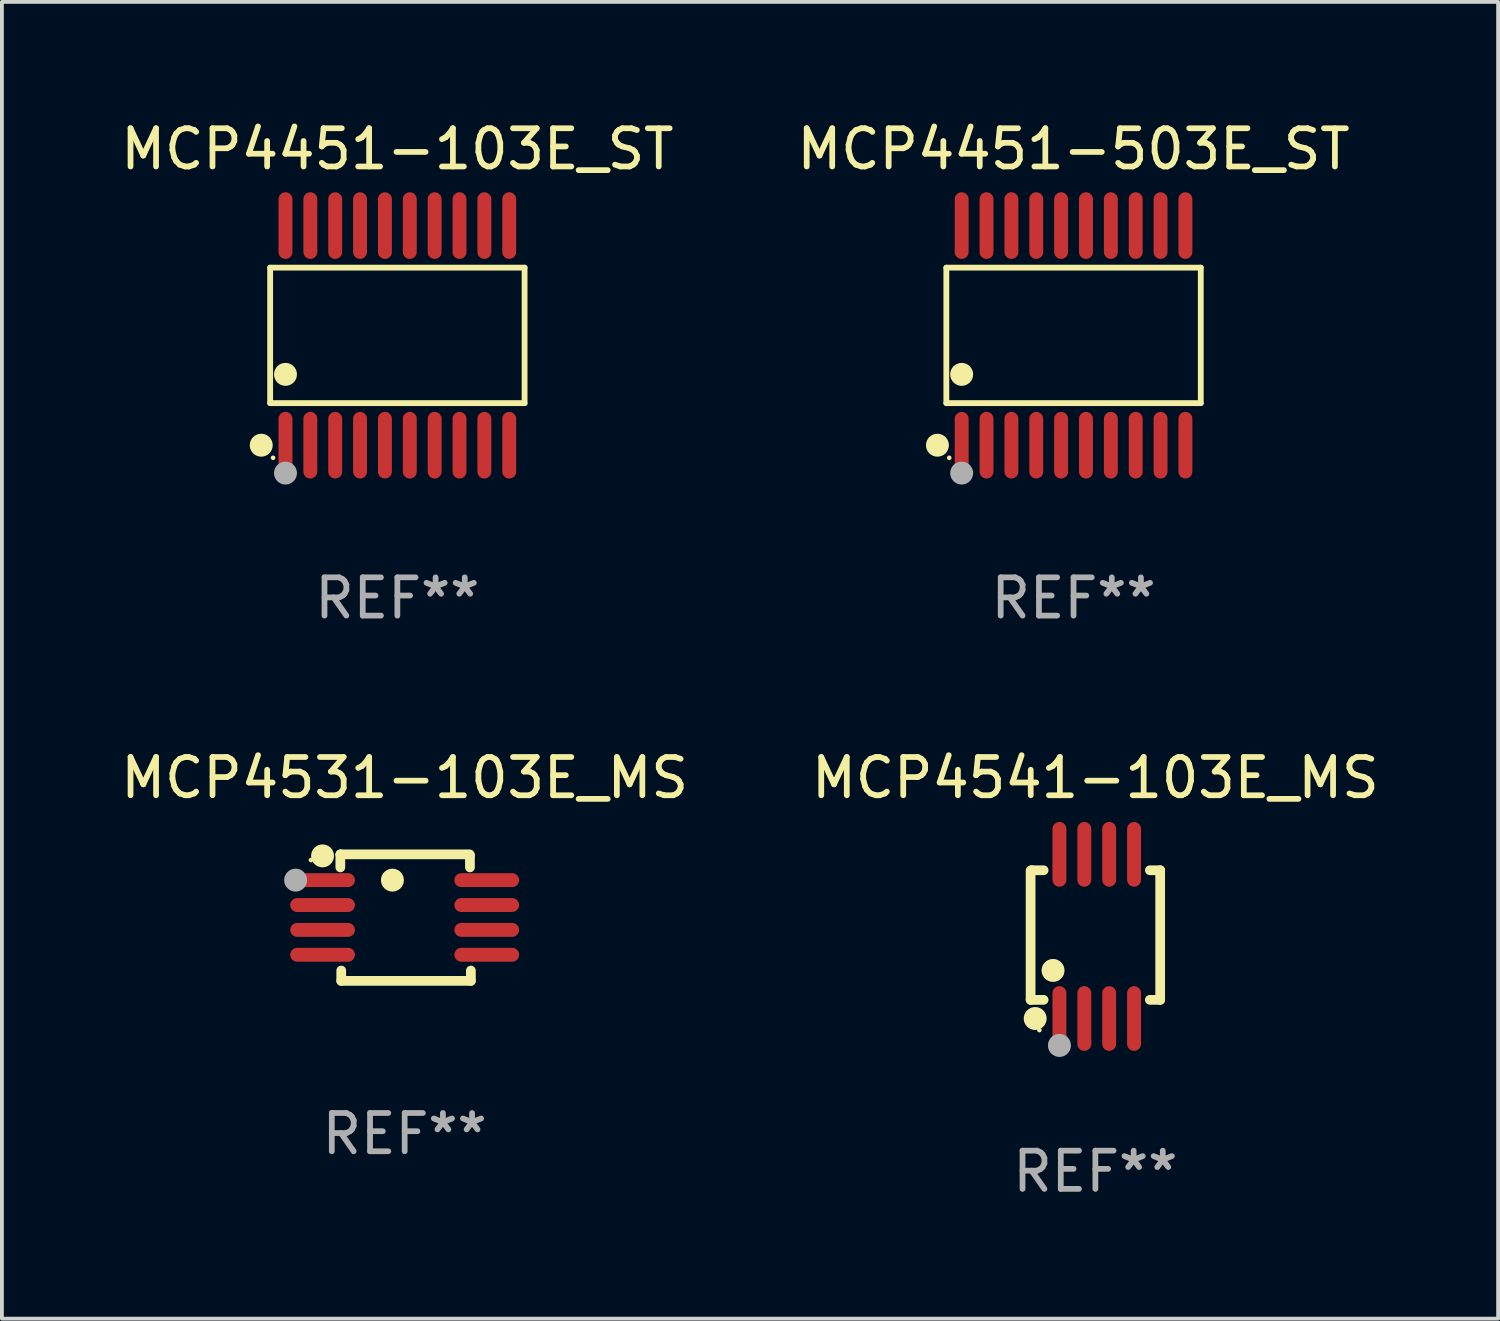
<source format=kicad_pcb>
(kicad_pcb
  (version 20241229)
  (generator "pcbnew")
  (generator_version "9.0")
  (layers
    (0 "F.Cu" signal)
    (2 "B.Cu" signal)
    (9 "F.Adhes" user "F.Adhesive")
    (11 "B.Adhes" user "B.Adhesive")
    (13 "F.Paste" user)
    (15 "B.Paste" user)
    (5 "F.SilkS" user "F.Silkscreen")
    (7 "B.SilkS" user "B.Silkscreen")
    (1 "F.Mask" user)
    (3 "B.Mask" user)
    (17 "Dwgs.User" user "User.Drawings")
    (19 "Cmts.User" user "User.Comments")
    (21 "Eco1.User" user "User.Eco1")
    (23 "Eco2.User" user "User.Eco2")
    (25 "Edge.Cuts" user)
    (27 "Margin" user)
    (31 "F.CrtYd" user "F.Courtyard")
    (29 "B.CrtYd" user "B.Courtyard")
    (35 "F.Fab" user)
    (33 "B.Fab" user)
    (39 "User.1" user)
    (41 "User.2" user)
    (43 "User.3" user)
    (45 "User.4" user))
  (footprint "MCP4451-503E_ST"
    (layer "F.Cu")
    (at 25.018 5.719)
    (property "Reference" "MCP4451-503E_ST" (at 0 -4.871 0) (layer "F.SilkS") (effects (font (size 1 1) (thickness 0.15))))
    (attr through_hole)
    (fp_line (start -3.326 -1.771) (end 3.326 -1.771) (stroke (width 0.152) (type solid)) (layer "F.SilkS"))
    (fp_line (start -3.326 1.771) (end -3.326 -1.771) (stroke (width 0.152) (type solid)) (layer "F.SilkS"))
    (fp_line (start 3.326 -1.771) (end 3.326 1.771) (stroke (width 0.152) (type solid)) (layer "F.SilkS"))
    (fp_line (start 3.326 1.771) (end -3.326 1.771) (stroke (width 0.152) (type solid)) (layer "F.SilkS"))
    (fp_circle (center -3.559 2.871) (end -3.409 2.871) (stroke (width 0.3) (type solid)) (fill no) (layer "F.SilkS"))
    (fp_circle (center -3.25 3.2) (end -3.22 3.2) (stroke (width 0.06) (type solid)) (fill no) (layer "F.SilkS"))
    (fp_circle (center -2.925 1.019) (end -2.775 1.019) (stroke (width 0.3) (type solid)) (fill no) (layer "F.SilkS"))
    (fp_circle (center -2.925 3.6) (end -2.775 3.6) (stroke (width 0.3) (type solid)) (fill no) (layer "F.Fab"))
    (fp_text user "REF**" (at 0 6.871 0) (layer "F.Fab") (effects (font (size 1 1) (thickness 0.15))))
    (pad "1" smd oval (at -2.925 2.871) (size 0.364 1.742) (layers "F.Cu" "F.Mask" "F.Paste"))
    (pad "2" smd oval (at -2.275 2.871) (size 0.364 1.742) (layers "F.Cu" "F.Mask" "F.Paste"))
    (pad "3" smd oval (at -1.625 2.871) (size 0.364 1.742) (layers "F.Cu" "F.Mask" "F.Paste"))
    (pad "4" smd oval (at -0.975 2.871) (size 0.364 1.742) (layers "F.Cu" "F.Mask" "F.Paste"))
    (pad "5" smd oval (at -0.325 2.871) (size 0.364 1.742) (layers "F.Cu" "F.Mask" "F.Paste"))
    (pad "6" smd oval (at 0.325 2.871) (size 0.364 1.742) (layers "F.Cu" "F.Mask" "F.Paste"))
    (pad "7" smd oval (at 0.975 2.871) (size 0.364 1.742) (layers "F.Cu" "F.Mask" "F.Paste"))
    (pad "8" smd oval (at 1.625 2.871) (size 0.364 1.742) (layers "F.Cu" "F.Mask" "F.Paste"))
    (pad "9" smd oval (at 2.275 2.871) (size 0.364 1.742) (layers "F.Cu" "F.Mask" "F.Paste"))
    (pad "10" smd oval (at 2.925 2.871) (size 0.364 1.742) (layers "F.Cu" "F.Mask" "F.Paste"))
    (pad "11" smd oval (at 2.925 -2.871) (size 0.364 1.742) (layers "F.Cu" "F.Mask" "F.Paste"))
    (pad "12" smd oval (at 2.275 -2.871) (size 0.364 1.742) (layers "F.Cu" "F.Mask" "F.Paste"))
    (pad "13" smd oval (at 1.625 -2.871) (size 0.364 1.742) (layers "F.Cu" "F.Mask" "F.Paste"))
    (pad "14" smd oval (at 0.975 -2.871) (size 0.364 1.742) (layers "F.Cu" "F.Mask" "F.Paste"))
    (pad "15" smd oval (at 0.325 -2.871) (size 0.364 1.742) (layers "F.Cu" "F.Mask" "F.Paste"))
    (pad "16" smd oval (at -0.325 -2.871) (size 0.364 1.742) (layers "F.Cu" "F.Mask" "F.Paste"))
    (pad "17" smd oval (at -0.975 -2.871) (size 0.364 1.742) (layers "F.Cu" "F.Mask" "F.Paste"))
    (pad "18" smd oval (at -1.625 -2.871) (size 0.364 1.742) (layers "F.Cu" "F.Mask" "F.Paste"))
    (pad "19" smd oval (at -2.275 -2.871) (size 0.364 1.742) (layers "F.Cu" "F.Mask" "F.Paste"))
    (pad "20" smd oval (at -2.925 -2.871) (size 0.364 1.742) (layers "F.Cu" "F.Mask" "F.Paste")))
  (footprint "MCP4531-103E_MS"
    (layer "F.Cu")
    (at 7.53 20.941)
    (property "Reference" "MCP4531-103E_MS" (at 0 -3.654 0) (layer "F.SilkS") (effects (font (size 1 1) (thickness 0.15))))
    (attr through_hole)
    (fp_line (start -1.682 -1.648) (end -1.682 -1.313) (stroke (width 0.254) (type solid)) (layer "F.SilkS"))
    (fp_line (start -1.676 -1.654) (end -1.682 -1.648) (stroke (width 0.254) (type solid)) (layer "F.SilkS"))
    (fp_line (start -1.658 1.384) (end -1.658 1.654) (stroke (width 0.254) (type solid)) (layer "F.SilkS"))
    (fp_line (start -1.658 1.654) (end 1.731 1.654) (stroke (width 0.254) (type solid)) (layer "F.SilkS"))
    (fp_line (start 1.7 -1.654) (end -1.676 -1.654) (stroke (width 0.254) (type solid)) (layer "F.SilkS"))
    (fp_line (start 1.707 -1.621) (end 1.687 -1.641) (stroke (width 0.254) (type solid)) (layer "F.SilkS"))
    (fp_line (start 1.707 -1.313) (end 1.707 -1.621) (stroke (width 0.254) (type solid)) (layer "F.SilkS"))
    (fp_line (start 1.731 1.654) (end 1.731 1.384) (stroke (width 0.254) (type solid)) (layer "F.SilkS"))
    (fp_circle (center -2.45 -1.504) (end -2.42 -1.504) (stroke (width 0.06) (type solid)) (fill no) (layer "F.SilkS"))
    (fp_circle (center -2.147 -1.614) (end -1.997 -1.614) (stroke (width 0.3) (type solid)) (fill no) (layer "F.SilkS"))
    (fp_circle (center -0.32 -0.98) (end -0.17 -0.98) (stroke (width 0.3) (type solid)) (fill no) (layer "F.SilkS"))
    (fp_circle (center -2.851 -0.98) (end -2.701 -0.98) (stroke (width 0.3) (type solid)) (fill no) (layer "F.Fab"))
    (fp_text user "REF**" (at 0 5.654 0) (layer "F.Fab") (effects (font (size 1 1) (thickness 0.15))))
    (pad "1" smd oval (at -2.146 -0.98) (size 1.692 0.364) (layers "F.Cu" "F.Mask" "F.Paste"))
    (pad "2" smd oval (at -2.146 -0.329) (size 1.692 0.364) (layers "F.Cu" "F.Mask" "F.Paste"))
    (pad "3" smd oval (at -2.146 0.321) (size 1.692 0.364) (layers "F.Cu" "F.Mask" "F.Paste"))
    (pad "4" smd oval (at -2.146 0.971) (size 1.692 0.364) (layers "F.Cu" "F.Mask" "F.Paste"))
    (pad "5" smd oval (at 2.146 0.971) (size 1.692 0.364) (layers "F.Cu" "F.Mask" "F.Paste"))
    (pad "6" smd oval (at 2.146 0.321) (size 1.692 0.364) (layers "F.Cu" "F.Mask" "F.Paste"))
    (pad "7" smd oval (at 2.146 -0.329) (size 1.692 0.364) (layers "F.Cu" "F.Mask" "F.Paste"))
    (pad "8" smd oval (at 2.146 -0.98) (size 1.692 0.364) (layers "F.Cu" "F.Mask" "F.Paste")))
  (footprint "MCP4541-103E_MS"
    (layer "F.Cu")
    (at 25.589 21.433)
    (property "Reference" "MCP4541-103E_MS" (at 0 -4.146 0) (layer "F.SilkS") (effects (font (size 1 1) (thickness 0.15))))
    (attr through_hole)
    (fp_line (start -1.694 -1.724) (end -1.694 1.652) (stroke (width 0.254) (type solid)) (layer "F.SilkS"))
    (fp_line (start -1.694 1.652) (end -1.688 1.658) (stroke (width 0.254) (type solid)) (layer "F.SilkS"))
    (fp_line (start -1.688 1.658) (end -1.353 1.658) (stroke (width 0.254) (type solid)) (layer "F.SilkS"))
    (fp_line (start -1.661 -1.73) (end -1.681 -1.71) (stroke (width 0.254) (type solid)) (layer "F.SilkS"))
    (fp_line (start -1.353 -1.73) (end -1.661 -1.73) (stroke (width 0.254) (type solid)) (layer "F.SilkS"))
    (fp_line (start 1.424 1.658) (end 1.694 1.658) (stroke (width 0.254) (type solid)) (layer "F.SilkS"))
    (fp_line (start 1.694 -1.73) (end 1.424 -1.73) (stroke (width 0.254) (type solid)) (layer "F.SilkS"))
    (fp_line (start 1.694 1.658) (end 1.694 -1.73) (stroke (width 0.254) (type solid)) (layer "F.SilkS"))
    (fp_circle (center -1.574 2.146) (end -1.424 2.146) (stroke (width 0.3) (type solid)) (fill no) (layer "F.SilkS"))
    (fp_circle (center -1.464 2.45) (end -1.434 2.45) (stroke (width 0.06) (type solid)) (fill no) (layer "F.SilkS"))
    (fp_circle (center -1.107 0.889) (end -0.957 0.889) (stroke (width 0.3) (type solid)) (fill no) (layer "F.SilkS"))
    (fp_circle (center -0.94 2.85) (end -0.789 2.85) (stroke (width 0.3) (type solid)) (fill no) (layer "F.Fab"))
    (fp_text user "REF**" (at 0 6.146 0) (layer "F.Fab") (effects (font (size 1 1) (thickness 0.15))))
    (pad "1" smd oval (at -0.94 2.146) (size 0.364 1.692) (layers "F.Cu" "F.Mask" "F.Paste"))
    (pad "2" smd oval (at -0.289 2.146) (size 0.364 1.692) (layers "F.Cu" "F.Mask" "F.Paste"))
    (pad "3" smd oval (at 0.361 2.146) (size 0.364 1.692) (layers "F.Cu" "F.Mask" "F.Paste"))
    (pad "4" smd oval (at 1.011 2.146) (size 0.364 1.692) (layers "F.Cu" "F.Mask" "F.Paste"))
    (pad "5" smd oval (at 1.011 -2.146) (size 0.364 1.692) (layers "F.Cu" "F.Mask" "F.Paste"))
    (pad "6" smd oval (at 0.361 -2.146) (size 0.364 1.692) (layers "F.Cu" "F.Mask" "F.Paste"))
    (pad "7" smd oval (at -0.289 -2.146) (size 0.364 1.692) (layers "F.Cu" "F.Mask" "F.Paste"))
    (pad "8" smd oval (at -0.94 -2.146) (size 0.364 1.692) (layers "F.Cu" "F.Mask" "F.Paste")))
  (footprint "MCP4451-103E_ST"
    (layer "F.Cu")
    (at 7.339 5.719)
    (property "Reference" "MCP4451-103E_ST" (at 0 -4.871 0) (layer "F.SilkS") (effects (font (size 1 1) (thickness 0.15))))
    (attr through_hole)
    (fp_line (start -3.326 -1.771) (end 3.326 -1.771) (stroke (width 0.152) (type solid)) (layer "F.SilkS"))
    (fp_line (start -3.326 1.771) (end -3.326 -1.771) (stroke (width 0.152) (type solid)) (layer "F.SilkS"))
    (fp_line (start 3.326 -1.771) (end 3.326 1.771) (stroke (width 0.152) (type solid)) (layer "F.SilkS"))
    (fp_line (start 3.326 1.771) (end -3.326 1.771) (stroke (width 0.152) (type solid)) (layer "F.SilkS"))
    (fp_circle (center -3.559 2.871) (end -3.409 2.871) (stroke (width 0.3) (type solid)) (fill no) (layer "F.SilkS"))
    (fp_circle (center -3.25 3.2) (end -3.22 3.2) (stroke (width 0.06) (type solid)) (fill no) (layer "F.SilkS"))
    (fp_circle (center -2.925 1.019) (end -2.775 1.019) (stroke (width 0.3) (type solid)) (fill no) (layer "F.SilkS"))
    (fp_circle (center -2.925 3.6) (end -2.775 3.6) (stroke (width 0.3) (type solid)) (fill no) (layer "F.Fab"))
    (fp_text user "REF**" (at 0 6.871 0) (layer "F.Fab") (effects (font (size 1 1) (thickness 0.15))))
    (pad "1" smd oval (at -2.925 2.871) (size 0.364 1.742) (layers "F.Cu" "F.Mask" "F.Paste"))
    (pad "2" smd oval (at -2.275 2.871) (size 0.364 1.742) (layers "F.Cu" "F.Mask" "F.Paste"))
    (pad "3" smd oval (at -1.625 2.871) (size 0.364 1.742) (layers "F.Cu" "F.Mask" "F.Paste"))
    (pad "4" smd oval (at -0.975 2.871) (size 0.364 1.742) (layers "F.Cu" "F.Mask" "F.Paste"))
    (pad "5" smd oval (at -0.325 2.871) (size 0.364 1.742) (layers "F.Cu" "F.Mask" "F.Paste"))
    (pad "6" smd oval (at 0.325 2.871) (size 0.364 1.742) (layers "F.Cu" "F.Mask" "F.Paste"))
    (pad "7" smd oval (at 0.975 2.871) (size 0.364 1.742) (layers "F.Cu" "F.Mask" "F.Paste"))
    (pad "8" smd oval (at 1.625 2.871) (size 0.364 1.742) (layers "F.Cu" "F.Mask" "F.Paste"))
    (pad "9" smd oval (at 2.275 2.871) (size 0.364 1.742) (layers "F.Cu" "F.Mask" "F.Paste"))
    (pad "10" smd oval (at 2.925 2.871) (size 0.364 1.742) (layers "F.Cu" "F.Mask" "F.Paste"))
    (pad "11" smd oval (at 2.925 -2.871) (size 0.364 1.742) (layers "F.Cu" "F.Mask" "F.Paste"))
    (pad "12" smd oval (at 2.275 -2.871) (size 0.364 1.742) (layers "F.Cu" "F.Mask" "F.Paste"))
    (pad "13" smd oval (at 1.625 -2.871) (size 0.364 1.742) (layers "F.Cu" "F.Mask" "F.Paste"))
    (pad "14" smd oval (at 0.975 -2.871) (size 0.364 1.742) (layers "F.Cu" "F.Mask" "F.Paste"))
    (pad "15" smd oval (at 0.325 -2.871) (size 0.364 1.742) (layers "F.Cu" "F.Mask" "F.Paste"))
    (pad "16" smd oval (at -0.325 -2.871) (size 0.364 1.742) (layers "F.Cu" "F.Mask" "F.Paste"))
    (pad "17" smd oval (at -0.975 -2.871) (size 0.364 1.742) (layers "F.Cu" "F.Mask" "F.Paste"))
    (pad "18" smd oval (at -1.625 -2.871) (size 0.364 1.742) (layers "F.Cu" "F.Mask" "F.Paste"))
    (pad "19" smd oval (at -2.275 -2.871) (size 0.364 1.742) (layers "F.Cu" "F.Mask" "F.Paste"))
    (pad "20" smd oval (at -2.925 -2.871) (size 0.364 1.742) (layers "F.Cu" "F.Mask" "F.Paste")))
  (gr_rect
    (start -3 -3)
    (end 36.119 31.427)
    (stroke (width 0.1) (type default))
    (fill no)
    (layer "Edge.Cuts")))
</source>
